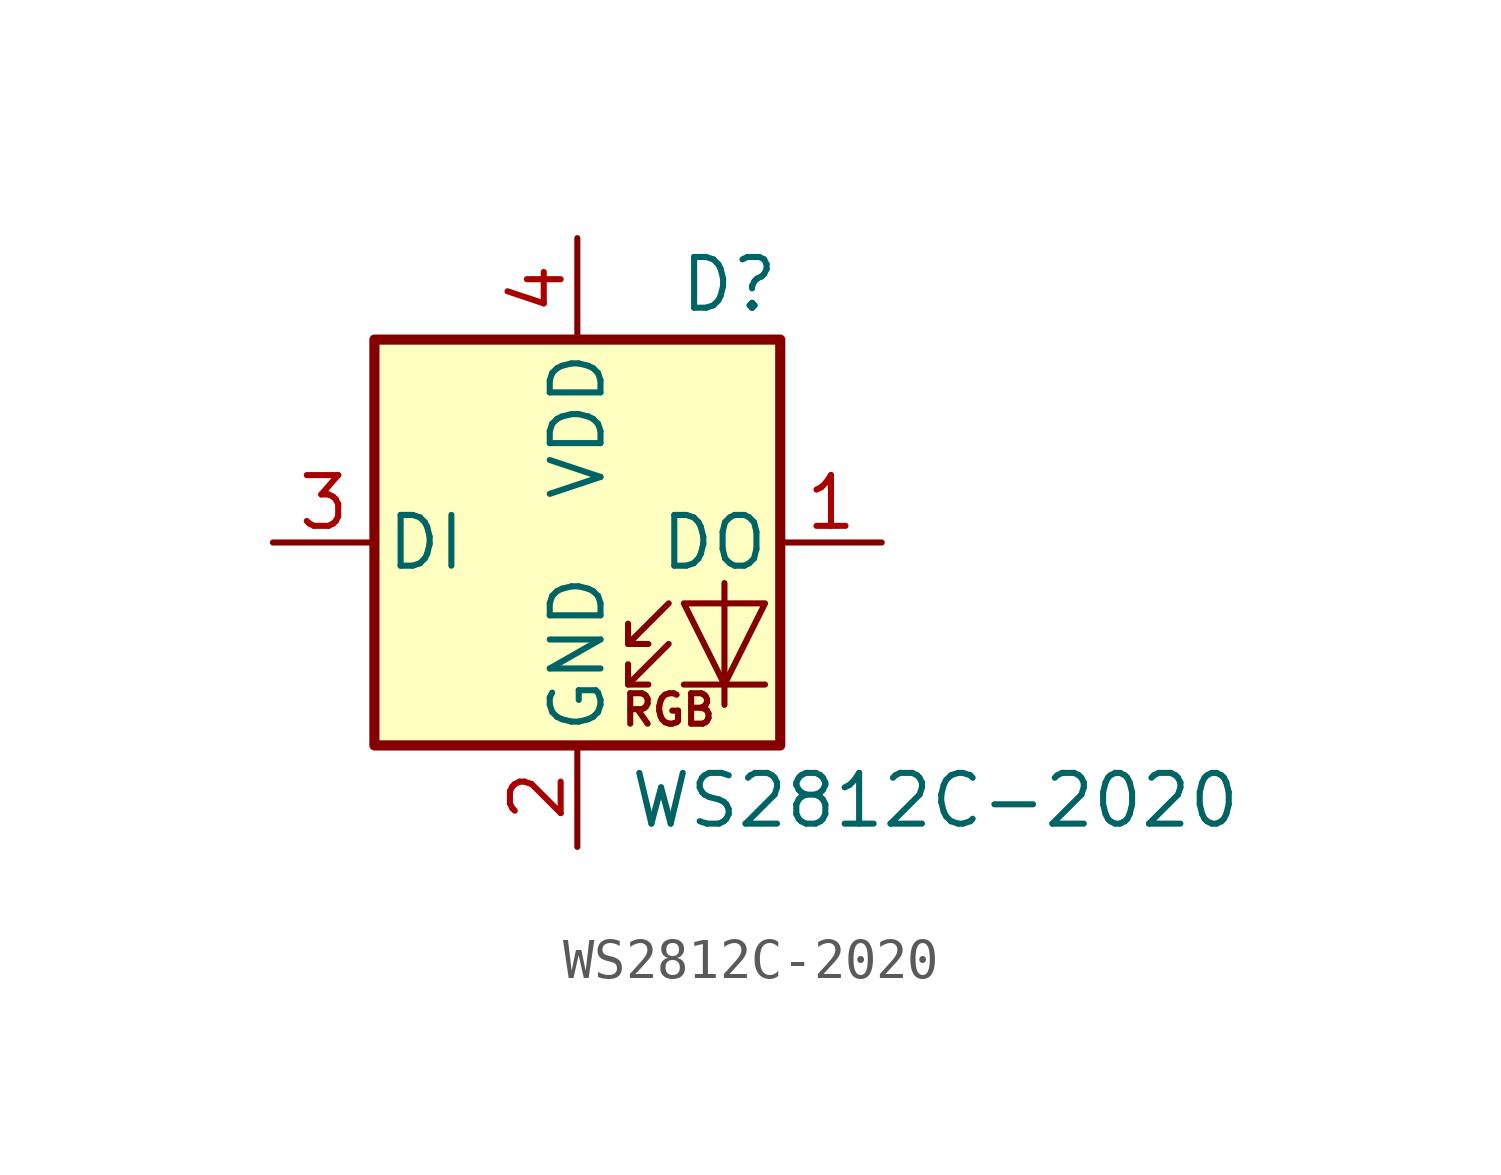
<source format=kicad_sym>
(kicad_symbol_lib
  (version 20241209)
  (generator "kicad_symbol_editor")
  (generator_version "9.0")
  (symbol "WS2812C-2020"
    (pin_names
      (offset 0.254))
    (property "Reference" "D"
      (at 5.08 5.715 0)
      (effects (font (size 1.27 1.27)) (justify right bottom)))
    (property "Value" "WS2812C-2020"
      (at 1.27 -5.715 0)
      (effects (font (size 1.27 1.27)) (justify left top)))
    (symbol "WS2812C-2020_0_0"
      (text "RGB" (at 2.286 -4.191 0) (effects (font (size 0.762 0.762)))))
    (symbol "WS2812C-2020_0_1"
      (polyline (pts (xy 1.27 -2.54) (xy 1.778 -2.54)) (stroke (width 0) (type solid)) (fill (type none)))
      (polyline (pts (xy 1.27 -3.556) (xy 1.778 -3.556)) (stroke (width 0) (type solid)) (fill (type none)))
      (polyline (pts (xy 2.286 -1.524) (xy 1.27 -2.54) (xy 1.27 -2.032)) (stroke (width 0) (type solid)) (fill (type none)))
      (polyline (pts (xy 2.286 -2.54) (xy 1.27 -3.556) (xy 1.27 -3.048)) (stroke (width 0) (type solid)) (fill (type none)))
      (polyline (pts (xy 3.683 -1.016) (xy 3.683 -3.556) (xy 3.683 -4.064)) (stroke (width 0) (type solid)) (fill (type none)))
      (polyline (pts (xy 4.699 -1.524) (xy 2.667 -1.524) (xy 3.683 -3.556) (xy 4.699 -1.524)) (stroke (width 0) (type solid)) (fill (type none)))
      (polyline (pts (xy 4.699 -3.556) (xy 2.667 -3.556)) (stroke (width 0) (type solid)) (fill (type none)))
      (rectangle (start 5.08 5.08) (end -5.08 -5.08) (stroke (width 0.254) (type solid)) (fill (type background))))
    (symbol "WS2812C-2020_1_1"
      (pin input line (at -7.62 0 0) (length 2.54) (name "DI" (effects (font (size 1.27 1.27)))) (number "3" (effects (font (size 1.27 1.27)))))
      (pin power_in line (at 0 7.62 270) (length 2.54) (name "VDD" (effects (font (size 1.27 1.27)))) (number "4" (effects (font (size 1.27 1.27)))))
      (pin power_in line (at 0 -7.62 90) (length 2.54) (name "GND" (effects (font (size 1.27 1.27)))) (number "2" (effects (font (size 1.27 1.27)))))
      (pin output line (at 7.62 0 180) (length 2.54) (name "DO" (effects (font (size 1.27 1.27)))) (number "1" (effects (font (size 1.27 1.27))))))))
</source>
